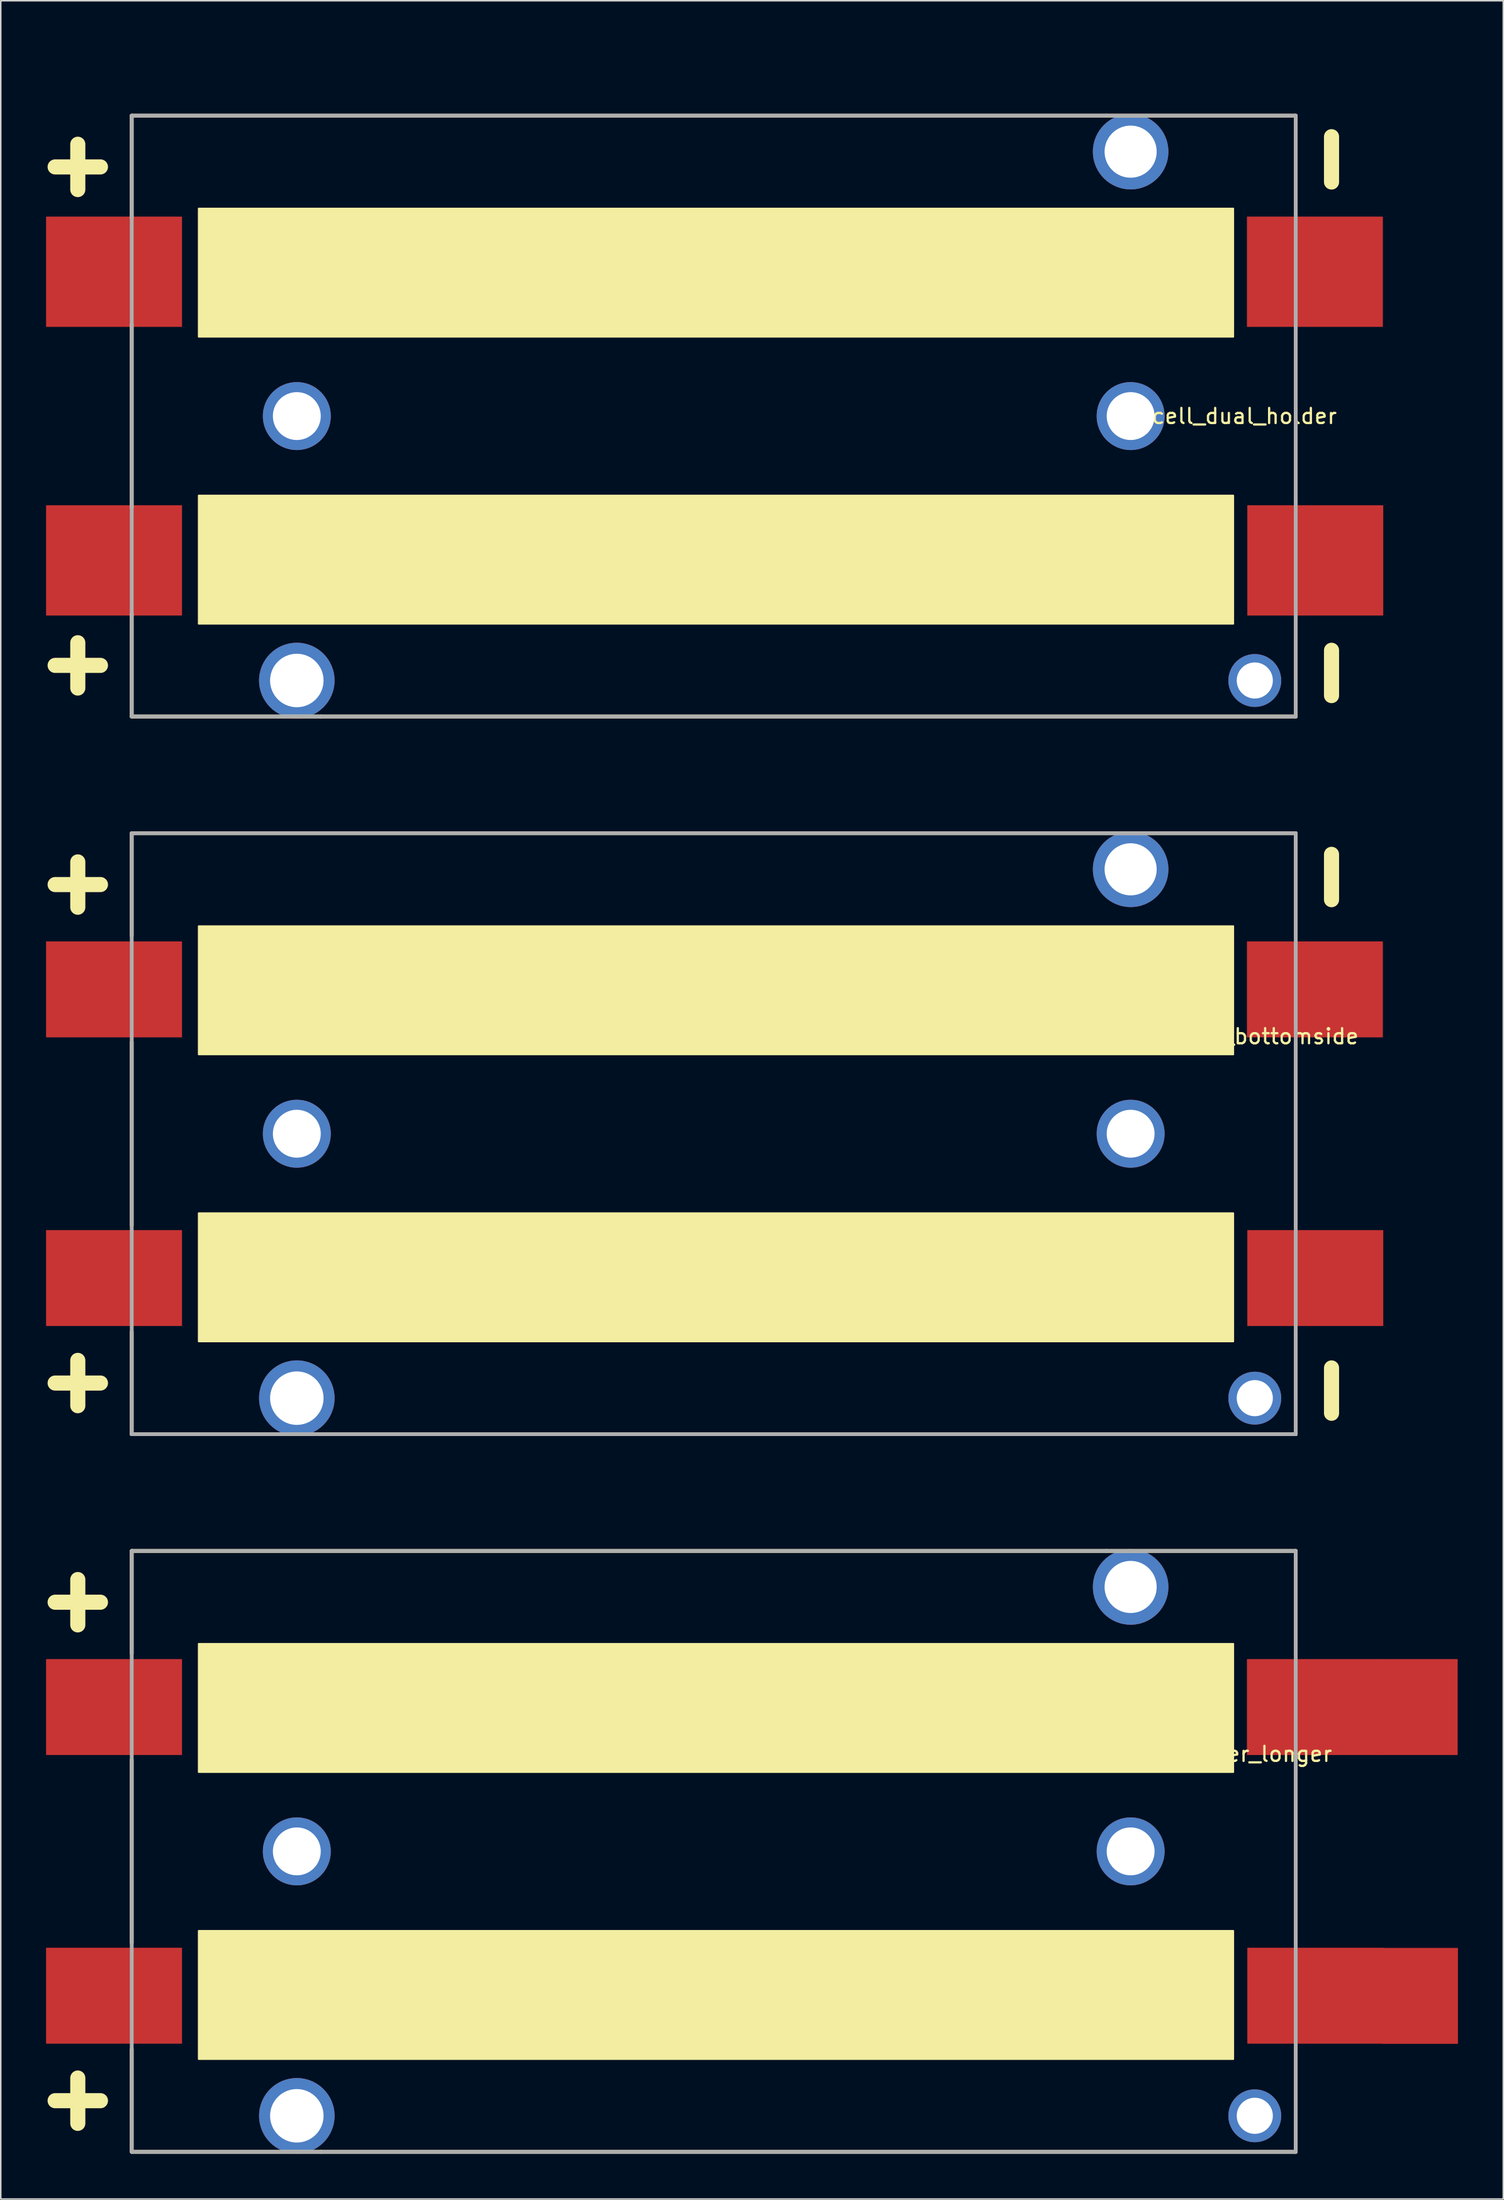
<source format=kicad_pcb>
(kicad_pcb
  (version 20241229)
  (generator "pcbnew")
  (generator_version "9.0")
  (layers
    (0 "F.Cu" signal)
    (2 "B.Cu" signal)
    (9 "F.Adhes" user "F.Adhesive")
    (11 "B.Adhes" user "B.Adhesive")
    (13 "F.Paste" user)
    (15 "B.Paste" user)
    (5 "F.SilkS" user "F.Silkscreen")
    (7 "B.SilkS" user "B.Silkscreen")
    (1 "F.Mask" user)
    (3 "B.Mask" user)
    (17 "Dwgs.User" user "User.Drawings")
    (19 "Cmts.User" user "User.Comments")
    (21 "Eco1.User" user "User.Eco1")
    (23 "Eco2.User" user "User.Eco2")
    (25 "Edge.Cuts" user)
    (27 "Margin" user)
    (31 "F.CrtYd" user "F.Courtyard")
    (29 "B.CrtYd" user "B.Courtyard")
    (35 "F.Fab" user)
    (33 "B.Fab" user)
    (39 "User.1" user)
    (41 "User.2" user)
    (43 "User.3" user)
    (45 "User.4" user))
  (footprint "2cell_dual_holder_bottomside"
    (layer "F.Cu")
    (at 34.1 47.76)
    (property "Reference" "2cell_dual_holder_bottomside" (at 41.7 17.8 0) (layer "F.SilkS") (effects (font (size 1 1) (thickness 0.15))))
    (attr through_hole)
    (fp_line (start -33.5 7.75) (end -30.5 7.75) (stroke (width 1) (type solid)) (layer "F.SilkS"))
    (fp_line (start -33.5 40.75) (end -30.5 40.75) (stroke (width 1) (type solid)) (layer "F.SilkS"))
    (fp_line (start -32 6.25) (end -32 9.25) (stroke (width 1) (type solid)) (layer "F.SilkS"))
    (fp_line (start -32 39.25) (end -32 42.25) (stroke (width 1) (type solid)) (layer "F.SilkS"))
    (fp_line (start -28.43 4.355) (end -28.43 11.145) (stroke (width 0.25) (type solid)) (layer "F.SilkS"))
    (fp_line (start -28.43 4.355) (end 36.1 4.355) (stroke (width 0.25) (type solid)) (layer "F.SilkS"))
    (fp_line (start -28.43 18.176) (end -28.43 30.314) (stroke (width 0.25) (type solid)) (layer "F.SilkS"))
    (fp_line (start -28.43 44.135) (end -28.43 37.345) (stroke (width 0.25) (type solid)) (layer "F.SilkS"))
    (fp_line (start -28.43 44.135) (end -15.9 44.135) (stroke (width 0.25) (type solid)) (layer "F.SilkS"))
    (fp_line (start 29 31.8) (end 29.5 31.3) (stroke (width 0.12) (type solid)) (layer "F.SilkS"))
    (fp_line (start 48.63 4.355) (end 36.1 4.355) (stroke (width 0.25) (type solid)) (layer "F.SilkS"))
    (fp_line (start 48.63 4.355) (end 48.63 11.145) (stroke (width 0.25) (type solid)) (layer "F.SilkS"))
    (fp_line (start 48.63 18.176) (end 48.63 30.314) (stroke (width 0.25) (type solid)) (layer "F.SilkS"))
    (fp_line (start 48.63 44.135) (end -15.9 44.135) (stroke (width 0.25) (type solid)) (layer "F.SilkS"))
    (fp_line (start 48.63 44.135) (end 48.63 37.345) (stroke (width 0.25) (type solid)) (layer "F.SilkS"))
    (fp_line (start 51 5.75) (end 51 8.75) (stroke (width 1) (type solid)) (layer "F.SilkS"))
    (fp_line (start 51 39.75) (end 51 42.75) (stroke (width 1) (type solid)) (layer "F.SilkS"))
    (fp_poly (pts (xy -24 19) (xy -24 10.5) (xy 44.5 10.5) (xy 44.5 19)) (stroke (width 0.1) (type solid)) (fill yes) (layer "F.SilkS"))
    (fp_poly (pts (xy -24 29.5) (xy -24 38) (xy 44.5 38) (xy 44.5 29.5)) (stroke (width 0.1) (type solid)) (fill yes) (layer "F.SilkS"))
    (fp_line (start -28.43 4.355) (end 48.63 4.355) (stroke (width 0.25) (type solid)) (layer "F.Fab"))
    (fp_line (start -28.43 44.135) (end -28.43 4.355) (stroke (width 0.25) (type solid)) (layer "F.Fab"))
    (fp_line (start 48.63 4.355) (end 48.63 44.135) (stroke (width 0.25) (type solid)) (layer "F.Fab"))
    (fp_line (start 48.63 44.135) (end -28.43 44.135) (stroke (width 0.25) (type solid)) (layer "F.Fab"))
    (pad "" thru_hole circle (at -17.5 24.245) (size 4.5 4.5) (drill 3.17) (layers "*.Cu"))
    (pad "" thru_hole circle (at -17.5 41.75) (size 5 5) (drill 3.54) (layers "*.Cu"))
    (pad "" thru_hole circle (at 37.7 6.74) (size 5 5) (drill 3.45) (layers "*.Cu"))
    (pad "" thru_hole circle (at 37.7 24.245) (size 4.5 4.5) (drill 3.17) (layers "*.Cu"))
    (pad "" thru_hole circle (at 45.92 41.75) (size 3.5 3.5) (drill 2.39) (layers "*.Cu"))
    (pad "1" smd rect (at -29.6 33.8 90) (size 6.35 9) (layers "F.Cu" "F.Mask" "F.Paste"))
    (pad "2" smd rect (at 49.925 33.8 90) (size 6.35 9) (layers "F.Cu" "F.Mask" "F.Paste"))
    (pad "3" smd rect (at -29.6 14.69 90) (size 6.35 9) (layers "F.Cu" "F.Mask" "F.Paste"))
    (pad "4" smd rect (at 49.9 14.69 90) (size 6.35 9) (layers "F.Cu" "F.Mask" "F.Paste")))
  (footprint "2cell_dual_holder_longer"
    (layer "F.Cu")
    (at 34.1 95.27)
    (property "Reference" "2cell_dual_holder_longer" (at 41.7 17.8 0) (layer "F.SilkS") (effects (font (size 1 1) (thickness 0.15))))
    (attr through_hole)
    (fp_line (start -33.5 7.75) (end -30.5 7.75) (stroke (width 1) (type solid)) (layer "F.SilkS"))
    (fp_line (start -33.5 40.75) (end -30.5 40.75) (stroke (width 1) (type solid)) (layer "F.SilkS"))
    (fp_line (start -32 6.25) (end -32 9.25) (stroke (width 1) (type solid)) (layer "F.SilkS"))
    (fp_line (start -32 39.25) (end -32 42.25) (stroke (width 1) (type solid)) (layer "F.SilkS"))
    (fp_line (start -28.43 4.355) (end -28.43 11.145) (stroke (width 0.25) (type solid)) (layer "F.SilkS"))
    (fp_line (start -28.43 4.355) (end 36.1 4.355) (stroke (width 0.25) (type solid)) (layer "F.SilkS"))
    (fp_line (start -28.43 18.176) (end -28.43 30.314) (stroke (width 0.25) (type solid)) (layer "F.SilkS"))
    (fp_line (start -28.43 44.135) (end -28.43 37.345) (stroke (width 0.25) (type solid)) (layer "F.SilkS"))
    (fp_line (start -28.43 44.135) (end -15.9 44.135) (stroke (width 0.25) (type solid)) (layer "F.SilkS"))
    (fp_line (start 29 31.8) (end 29.5 31.3) (stroke (width 0.12) (type solid)) (layer "F.SilkS"))
    (fp_line (start 48.63 4.355) (end 36.1 4.355) (stroke (width 0.25) (type solid)) (layer "F.SilkS"))
    (fp_line (start 48.63 4.355) (end 48.63 11.145) (stroke (width 0.25) (type solid)) (layer "F.SilkS"))
    (fp_line (start 48.63 18.176) (end 48.63 30.314) (stroke (width 0.25) (type solid)) (layer "F.SilkS"))
    (fp_line (start 48.63 44.135) (end -15.9 44.135) (stroke (width 0.25) (type solid)) (layer "F.SilkS"))
    (fp_line (start 48.63 44.135) (end 48.63 37.345) (stroke (width 0.25) (type solid)) (layer "F.SilkS"))
    (fp_poly (pts (xy -24 19) (xy -24 10.5) (xy 44.5 10.5) (xy 44.5 19)) (stroke (width 0.1) (type solid)) (fill yes) (layer "F.SilkS"))
    (fp_poly (pts (xy -24 29.5) (xy -24 38) (xy 44.5 38) (xy 44.5 29.5)) (stroke (width 0.1) (type solid)) (fill yes) (layer "F.SilkS"))
    (fp_line (start -28.43 4.355) (end 48.63 4.355) (stroke (width 0.25) (type solid)) (layer "F.Fab"))
    (fp_line (start -28.43 44.135) (end -28.43 4.355) (stroke (width 0.25) (type solid)) (layer "F.Fab"))
    (fp_line (start 48.63 4.355) (end 48.63 44.135) (stroke (width 0.25) (type solid)) (layer "F.Fab"))
    (fp_line (start 48.63 44.135) (end -28.43 44.135) (stroke (width 0.25) (type solid)) (layer "F.Fab"))
    (pad "1" smd rect (at -29.6 33.8 90) (size 6.35 9) (layers "F.Cu" "F.Mask" "F.Paste"))
    (pad "2" smd rect (at 49.925 33.8 90) (size 6.35 9) (layers "F.Cu" "F.Mask" "F.Paste"))
    (pad "2" smd rect (at 56.87 33.81 90) (size 6.35 5) (layers "F.Cu" "F.Mask" "F.Paste"))
    (pad "3" smd rect (at -29.6 14.69 90) (size 6.35 9) (layers "F.Cu" "F.Mask" "F.Paste"))
    (pad "4" smd rect (at 49.9 14.69 90) (size 6.35 9) (layers "F.Cu" "F.Mask" "F.Paste"))
    (pad "4" smd rect (at 56.85 14.69 90) (size 6.35 5) (layers "F.Cu" "F.Mask" "F.Paste"))
    (pad "5" thru_hole circle (at 37.7 6.74) (size 5 5) (drill 3.45) (layers "*.Cu"))
    (pad "6" thru_hole circle (at 37.7 24.245) (size 4.5 4.5) (drill 3.17) (layers "*.Cu"))
    (pad "7" thru_hole circle (at -17.5 24.245) (size 4.5 4.5) (drill 3.17) (layers "*.Cu"))
    (pad "8" thru_hole circle (at -17.5 41.75) (size 5 5) (drill 3.54) (layers "*.Cu"))
    (pad "9" thru_hole circle (at 45.92 41.75) (size 3.5 3.5) (drill 2.39) (layers "*.Cu")))
  (footprint "2cell_dual_holder"
    (layer "F.Cu")
    (at 34.1 0.25)
    (property "Reference" "2cell_dual_holder" (at 44.75 24.25 0) (layer "F.SilkS") (effects (font (size 1 1) (thickness 0.15))))
    (attr through_hole)
    (fp_line (start -33.5 7.75) (end -30.5 7.75) (stroke (width 1) (type solid)) (layer "F.SilkS"))
    (fp_line (start -33.5 40.75) (end -30.5 40.75) (stroke (width 1) (type solid)) (layer "F.SilkS"))
    (fp_line (start -32 6.25) (end -32 9.25) (stroke (width 1) (type solid)) (layer "F.SilkS"))
    (fp_line (start -32 39.25) (end -32 42.25) (stroke (width 1) (type solid)) (layer "F.SilkS"))
    (fp_line (start -28.43 4.355) (end -28.43 11.145) (stroke (width 0.25) (type solid)) (layer "F.SilkS"))
    (fp_line (start -28.43 4.355) (end 36.1 4.355) (stroke (width 0.25) (type solid)) (layer "F.SilkS"))
    (fp_line (start -28.43 18.176) (end -28.43 30.314) (stroke (width 0.25) (type solid)) (layer "F.SilkS"))
    (fp_line (start -28.43 44.135) (end -28.43 37.345) (stroke (width 0.25) (type solid)) (layer "F.SilkS"))
    (fp_line (start -28.43 44.135) (end -15.9 44.135) (stroke (width 0.25) (type solid)) (layer "F.SilkS"))
    (fp_line (start 29 31.8) (end 29.5 31.3) (stroke (width 0.12) (type solid)) (layer "F.SilkS"))
    (fp_line (start 48.63 4.355) (end 36.1 4.355) (stroke (width 0.25) (type solid)) (layer "F.SilkS"))
    (fp_line (start 48.63 4.355) (end 48.63 11.145) (stroke (width 0.25) (type solid)) (layer "F.SilkS"))
    (fp_line (start 48.63 18.176) (end 48.63 30.314) (stroke (width 0.25) (type solid)) (layer "F.SilkS"))
    (fp_line (start 48.63 44.135) (end -15.9 44.135) (stroke (width 0.25) (type solid)) (layer "F.SilkS"))
    (fp_line (start 48.63 44.135) (end 48.63 37.345) (stroke (width 0.25) (type solid)) (layer "F.SilkS"))
    (fp_line (start 51 5.75) (end 51 8.75) (stroke (width 1) (type solid)) (layer "F.SilkS"))
    (fp_line (start 51 39.75) (end 51 42.75) (stroke (width 1) (type solid)) (layer "F.SilkS"))
    (fp_poly (pts (xy -24 19) (xy -24 10.5) (xy 44.5 10.5) (xy 44.5 19)) (stroke (width 0.1) (type solid)) (fill yes) (layer "F.SilkS"))
    (fp_poly (pts (xy -24 29.5) (xy -24 38) (xy 44.5 38) (xy 44.5 29.5)) (stroke (width 0.1) (type solid)) (fill yes) (layer "F.SilkS"))
    (fp_line (start -28.43 4.355) (end 48.63 4.355) (stroke (width 0.25) (type solid)) (layer "F.Fab"))
    (fp_line (start -28.43 44.135) (end -28.43 4.355) (stroke (width 0.25) (type solid)) (layer "F.Fab"))
    (fp_line (start 48.63 4.355) (end 48.63 44.135) (stroke (width 0.25) (type solid)) (layer "F.Fab"))
    (fp_line (start 48.63 44.135) (end -28.43 44.135) (stroke (width 0.25) (type solid)) (layer "F.Fab"))
    (pad "" thru_hole circle (at -17.5 24.245) (size 4.5 4.5) (drill 3.17) (layers "*.Cu" "*.Mask"))
    (pad "" thru_hole circle (at -17.5 41.75) (size 5 5) (drill 3.54) (layers "*.Cu" "*.Mask"))
    (pad "" thru_hole circle (at 37.7 6.74) (size 5 5) (drill 3.45) (layers "*.Cu" "*.Mask"))
    (pad "" thru_hole circle (at 37.7 24.245) (size 4.5 4.5) (drill 3.17) (layers "*.Cu" "*.Mask"))
    (pad "" thru_hole circle (at 45.92 41.75) (size 3.5 3.5) (drill 2.39) (layers "*.Cu" "*.Mask"))
    (pad "1" smd rect (at -29.6 33.8 90) (size 7.3 9) (layers "F.Cu" "F.Mask" "F.Paste"))
    (pad "2" smd rect (at 49.925 33.8 90) (size 7.3 9) (layers "F.Cu" "F.Mask" "F.Paste"))
    (pad "3" smd rect (at -29.6 14.69 90) (size 7.3 9) (layers "F.Cu" "F.Mask" "F.Paste"))
    (pad "4" smd rect (at 49.9 14.69 90) (size 7.3 9) (layers "F.Cu" "F.Mask" "F.Paste")))
  (gr_rect
    (start -3 -3)
    (end 96.47 142.53)
    (stroke (width 0.1) (type default))
    (fill no)
    (layer "Edge.Cuts")))
</source>
